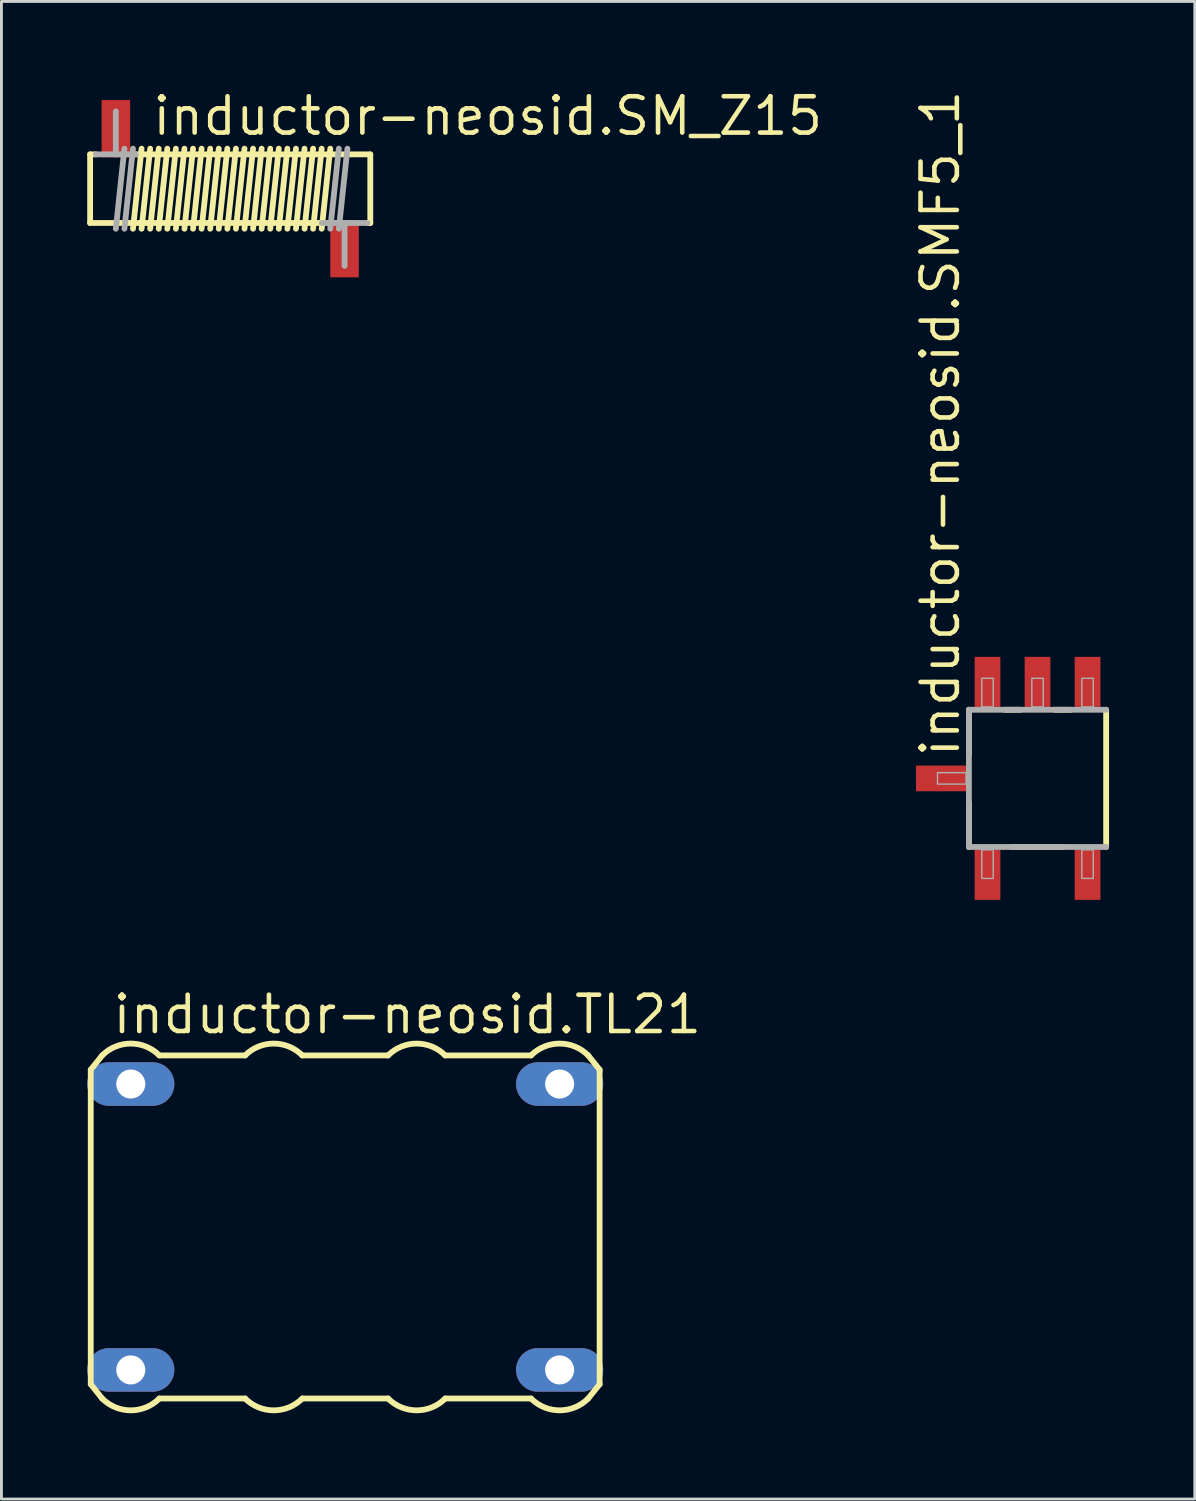
<source format=kicad_pcb>
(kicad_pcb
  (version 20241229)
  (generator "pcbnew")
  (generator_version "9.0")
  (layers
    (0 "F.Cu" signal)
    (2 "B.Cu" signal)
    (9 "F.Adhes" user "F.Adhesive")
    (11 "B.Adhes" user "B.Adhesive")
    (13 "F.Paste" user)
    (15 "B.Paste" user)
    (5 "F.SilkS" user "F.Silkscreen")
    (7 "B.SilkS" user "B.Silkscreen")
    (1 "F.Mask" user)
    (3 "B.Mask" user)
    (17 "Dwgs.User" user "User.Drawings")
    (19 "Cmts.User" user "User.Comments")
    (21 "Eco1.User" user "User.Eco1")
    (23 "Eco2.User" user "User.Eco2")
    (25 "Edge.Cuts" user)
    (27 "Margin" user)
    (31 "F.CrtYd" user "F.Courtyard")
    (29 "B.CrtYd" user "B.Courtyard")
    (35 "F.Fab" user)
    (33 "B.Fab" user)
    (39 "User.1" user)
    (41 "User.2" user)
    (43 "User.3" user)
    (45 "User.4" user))
  (footprint "inductor-neosid.TL21"
    (layer "F.Cu")
    (at 9.024 39.867)
    (property "Reference" "inductor-neosid.TL21" (at -8.215 -6.691 0) (layer "F.SilkS") (effects (font (size 1.27 1.27) (thickness 0.16)) (justify left bottom)))
    (attr through_hole)
    (fp_line (start -8.9 -5.5) (end -8.9 5.5) (stroke (width 0.203) (type default)) (layer "F.SilkS"))
    (fp_line (start -8.9 5.5) (end -8.5 6) (stroke (width 0.203) (type default)) (layer "F.SilkS"))
    (fp_line (start -8.5 -6) (end -8.9 -5.5) (stroke (width 0.203) (type default)) (layer "F.SilkS"))
    (fp_line (start -6.5 -6) (end -3.5 -6) (stroke (width 0.203) (type default)) (layer "F.SilkS"))
    (fp_line (start -3.5 6) (end -6.5 6) (stroke (width 0.203) (type default)) (layer "F.SilkS"))
    (fp_line (start -1.5 -6) (end 1.5 -6) (stroke (width 0.203) (type default)) (layer "F.SilkS"))
    (fp_line (start 1.5 6) (end -1.5 6) (stroke (width 0.203) (type default)) (layer "F.SilkS"))
    (fp_line (start 3.5 -6) (end 6.5 -6) (stroke (width 0.203) (type default)) (layer "F.SilkS"))
    (fp_line (start 6.5 6) (end 3.5 6) (stroke (width 0.203) (type default)) (layer "F.SilkS"))
    (fp_line (start 8.5 6) (end 8.9 5.5) (stroke (width 0.203) (type default)) (layer "F.SilkS"))
    (fp_line (start 8.9 -5.5) (end 8.5 -6) (stroke (width 0.203) (type default)) (layer "F.SilkS"))
    (fp_line (start 8.9 5.5) (end 8.9 -5.5) (stroke (width 0.203) (type default)) (layer "F.SilkS"))
    (fp_arc (start -8.5 -6) (mid -7.5 -6.414214) (end -6.5 -6) (stroke (width 0.2032) (type default)) (layer "F.SilkS"))
    (fp_arc (start -6.5 6) (mid -7.5 6.414214) (end -8.5 6) (stroke (width 0.2032) (type default)) (layer "F.SilkS"))
    (fp_arc (start -3.5 -6) (mid -2.5 -6.414214) (end -1.5 -6) (stroke (width 0.2032) (type default)) (layer "F.SilkS"))
    (fp_arc (start -1.5 6) (mid -2.5 6.414214) (end -3.5 6) (stroke (width 0.2032) (type default)) (layer "F.SilkS"))
    (fp_arc (start 1.5 -6) (mid 2.5 -6.414214) (end 3.5 -6) (stroke (width 0.2032) (type default)) (layer "F.SilkS"))
    (fp_arc (start 3.5 6) (mid 2.5 6.414214) (end 1.5 6) (stroke (width 0.2032) (type default)) (layer "F.SilkS"))
    (fp_arc (start 6.5 -6) (mid 7.5 -6.414214) (end 8.5 -6) (stroke (width 0.2032) (type default)) (layer "F.SilkS"))
    (fp_arc (start 8.5 6) (mid 7.5 6.414214) (end 6.5 6) (stroke (width 0.2032) (type default)) (layer "F.SilkS"))
    (pad "1" thru_hole oval (at -7.5 -5) (size 3.048 1.524) (drill 1.016) (layers "*.Cu" "*.Mask"))
    (pad "2" thru_hole oval (at -7.5 5) (size 3.048 1.524) (drill 1.016) (layers "*.Cu" "*.Mask"))
    (pad "3" thru_hole oval (at 7.5 5) (size 3.048 1.524) (drill 1.016) (layers "*.Cu" "*.Mask"))
    (pad "4" thru_hole oval (at 7.5 -5) (size 3.048 1.524) (drill 1.016) (layers "*.Cu" "*.Mask")))
  (footprint "inductor-neosid.SMF5_1"
    (layer "F.Cu")
    (at 33.241 24.176)
    (property "Reference" "inductor-neosid.SMF5_1" (at -2.659 -0.667 90) (layer "F.SilkS") (effects (font (size 1.27 1.27) (thickness 0.16)) (justify left bottom)))
    (attr smd)
    (fp_line (start -2.4 -0.85) (end -2.4 -2.4) (stroke (width 0.203) (type default)) (layer "F.SilkS"))
    (fp_line (start -2.4 2.4) (end -2.4 0.85) (stroke (width 0.203) (type default)) (layer "F.SilkS"))
    (fp_line (start -1.15 -2.4) (end -0.6 -2.4) (stroke (width 0.203) (type default)) (layer "F.SilkS"))
    (fp_line (start 0.6 -2.4) (end 1.15 -2.4) (stroke (width 0.203) (type default)) (layer "F.SilkS"))
    (fp_line (start 0.9 2.4) (end -0.9 2.4) (stroke (width 0.203) (type default)) (layer "F.SilkS"))
    (fp_line (start 2.4 -2.4) (end 2.4 2.4) (stroke (width 0.203) (type default)) (layer "F.SilkS"))
    (fp_line (start -2.4 -2.4) (end 2.4 -2.4) (stroke (width 0.203) (type default)) (layer "F.Fab"))
    (fp_line (start -2.4 2.4) (end -2.4 -2.4) (stroke (width 0.203) (type default)) (layer "F.Fab"))
    (fp_line (start 2.4 2.4) (end -2.4 2.4) (stroke (width 0.203) (type default)) (layer "F.Fab"))
    (fp_rect (start -3.5 0.2) (end -2.5 -0.2) (stroke (width 0.05) (type default)) (fill no) (layer "F.Fab"))
    (fp_rect (start -1.95 -2.5) (end -1.55 -3.5) (stroke (width 0.05) (type default)) (fill no) (layer "F.Fab"))
    (fp_rect (start -1.95 3.5) (end -1.55 2.5) (stroke (width 0.05) (type default)) (fill no) (layer "F.Fab"))
    (fp_rect (start -0.2 -2.5) (end 0.2 -3.5) (stroke (width 0.05) (type default)) (fill no) (layer "F.Fab"))
    (fp_rect (start 1.55 -2.5) (end 1.95 -3.5) (stroke (width 0.05) (type default)) (fill no) (layer "F.Fab"))
    (fp_rect (start 1.55 3.5) (end 1.95 2.5) (stroke (width 0.05) (type default)) (fill no) (layer "F.Fab"))
    (pad "1" smd roundrect (at -1.75 3.375) (size 0.9 1.75) (layers "F.Cu" "F.Mask" "F.Paste") (roundrect_rratio 0.01))
    (pad "2" smd roundrect (at -1.75 -3.375) (size 0.9 1.75) (layers "F.Cu" "F.Mask" "F.Paste") (roundrect_rratio 0.01))
    (pad "3" smd roundrect (at 0 -3.375) (size 0.9 1.75) (layers "F.Cu" "F.Mask" "F.Paste") (roundrect_rratio 0.01))
    (pad "4" smd roundrect (at 1.75 -3.375) (size 0.9 1.75) (layers "F.Cu" "F.Mask" "F.Paste") (roundrect_rratio 0.01))
    (pad "5" smd roundrect (at 1.75 3.375) (size 0.9 1.75) (layers "F.Cu" "F.Mask" "F.Paste") (roundrect_rratio 0.01))
    (pad "S" smd roundrect (at -3.375 0) (size 1.75 0.9) (layers "F.Cu" "F.Mask" "F.Paste") (roundrect_rratio 0.01)))
  (footprint "inductor-neosid.SM_Z15"
    (layer "F.Cu")
    (at 5.002 3.55)
    (property "Reference" "inductor-neosid.SM_Z15" (at -2.8 -1.8 0) (layer "F.SilkS") (effects (font (size 1.27 1.27) (thickness 0.16)) (justify left bottom)))
    (attr smd)
    (fp_line (start -4.9 -1.2) (end -4.9 1.2) (stroke (width 0.203) (type default)) (layer "F.SilkS"))
    (fp_line (start -4.9 1.2) (end 3.4 1.2) (stroke (width 0.203) (type default)) (layer "F.SilkS"))
    (fp_line (start -4.7 -1.2) (end -4.9 -1.2) (stroke (width 0.203) (type default)) (layer "F.SilkS"))
    (fp_line (start -3.1 -1.4) (end -3.4 1.4) (stroke (width 0.203) (type default)) (layer "F.SilkS"))
    (fp_line (start -2.8 -1.4) (end -3.1 1.4) (stroke (width 0.203) (type default)) (layer "F.SilkS"))
    (fp_line (start -2.5 -1.4) (end -2.8 1.4) (stroke (width 0.203) (type default)) (layer "F.SilkS"))
    (fp_line (start -2.2 -1.4) (end -2.5 1.4) (stroke (width 0.203) (type default)) (layer "F.SilkS"))
    (fp_line (start -1.9 -1.4) (end -2.2 1.4) (stroke (width 0.203) (type default)) (layer "F.SilkS"))
    (fp_line (start -1.6 -1.4) (end -1.9 1.4) (stroke (width 0.203) (type default)) (layer "F.SilkS"))
    (fp_line (start -1.3 -1.4) (end -1.6 1.4) (stroke (width 0.203) (type default)) (layer "F.SilkS"))
    (fp_line (start -1 -1.4) (end -1.3 1.4) (stroke (width 0.203) (type default)) (layer "F.SilkS"))
    (fp_line (start -0.7 -1.4) (end -1 1.4) (stroke (width 0.203) (type default)) (layer "F.SilkS"))
    (fp_line (start -0.4 -1.4) (end -0.7 1.4) (stroke (width 0.203) (type default)) (layer "F.SilkS"))
    (fp_line (start -0.1 -1.4) (end -0.4 1.4) (stroke (width 0.203) (type default)) (layer "F.SilkS"))
    (fp_line (start 0.2 -1.4) (end -0.1 1.4) (stroke (width 0.203) (type default)) (layer "F.SilkS"))
    (fp_line (start 0.5 -1.4) (end 0.2 1.4) (stroke (width 0.203) (type default)) (layer "F.SilkS"))
    (fp_line (start 0.8 -1.4) (end 0.5 1.4) (stroke (width 0.203) (type default)) (layer "F.SilkS"))
    (fp_line (start 1.1 -1.4) (end 0.8 1.4) (stroke (width 0.203) (type default)) (layer "F.SilkS"))
    (fp_line (start 1.4 -1.4) (end 1.1 1.4) (stroke (width 0.203) (type default)) (layer "F.SilkS"))
    (fp_line (start 1.7 -1.4) (end 1.4 1.4) (stroke (width 0.203) (type default)) (layer "F.SilkS"))
    (fp_line (start 2 -1.4) (end 1.7 1.4) (stroke (width 0.203) (type default)) (layer "F.SilkS"))
    (fp_line (start 2.3 -1.4) (end 2 1.4) (stroke (width 0.203) (type default)) (layer "F.SilkS"))
    (fp_line (start 2.6 -1.4) (end 2.3 1.4) (stroke (width 0.203) (type default)) (layer "F.SilkS"))
    (fp_line (start 2.9 -1.4) (end 2.6 1.4) (stroke (width 0.203) (type default)) (layer "F.SilkS"))
    (fp_line (start 3.2 -1.4) (end 2.9 1.4) (stroke (width 0.203) (type default)) (layer "F.SilkS"))
    (fp_line (start 3.5 -1.4) (end 3.2 1.4) (stroke (width 0.203) (type default)) (layer "F.SilkS"))
    (fp_line (start 4.8 1.2) (end 4.9 1.2) (stroke (width 0.203) (type default)) (layer "F.SilkS"))
    (fp_line (start 4.9 -1.2) (end -3.3 -1.2) (stroke (width 0.203) (type default)) (layer "F.SilkS"))
    (fp_line (start 4.9 1.2) (end 4.9 -1.2) (stroke (width 0.203) (type default)) (layer "F.SilkS"))
    (fp_line (start -4 -2.7) (end -4 -1.2) (stroke (width 0.203) (type default)) (layer "F.Fab"))
    (fp_line (start -4 -1.2) (end -4.7 -1.2) (stroke (width 0.203) (type default)) (layer "F.Fab"))
    (fp_line (start -3.7 -1.4) (end -4 1.4) (stroke (width 0.203) (type default)) (layer "F.Fab"))
    (fp_line (start -3.4 -1.4) (end -3.7 1.4) (stroke (width 0.203) (type default)) (layer "F.Fab"))
    (fp_line (start -3.3 -1.2) (end -4 -1.2) (stroke (width 0.203) (type default)) (layer "F.Fab"))
    (fp_line (start 3.2 1.2) (end 4 1.2) (stroke (width 0.203) (type default)) (layer "F.Fab"))
    (fp_line (start 3.8 -1.4) (end 3.5 1.4) (stroke (width 0.203) (type default)) (layer "F.Fab"))
    (fp_line (start 4 1.2) (end 4.8 1.2) (stroke (width 0.203) (type default)) (layer "F.Fab"))
    (fp_line (start 4 2.7) (end 4 1.2) (stroke (width 0.203) (type default)) (layer "F.Fab"))
    (fp_line (start 4.1 -1.4) (end 3.8 1.4) (stroke (width 0.203) (type default)) (layer "F.Fab"))
    (pad "1" smd roundrect (at -4 -2.1) (size 1 2) (layers "F.Cu" "F.Mask" "F.Paste") (roundrect_rratio 0.01))
    (pad "2" smd roundrect (at 4 2.1) (size 1 2) (layers "F.Cu" "F.Mask" "F.Paste") (roundrect_rratio 0.01)))
  (gr_rect
    (start -3 -3)
    (end 38.742 49.383)
    (stroke (width 0.1) (type default))
    (fill no)
    (layer "Edge.Cuts")))
</source>
